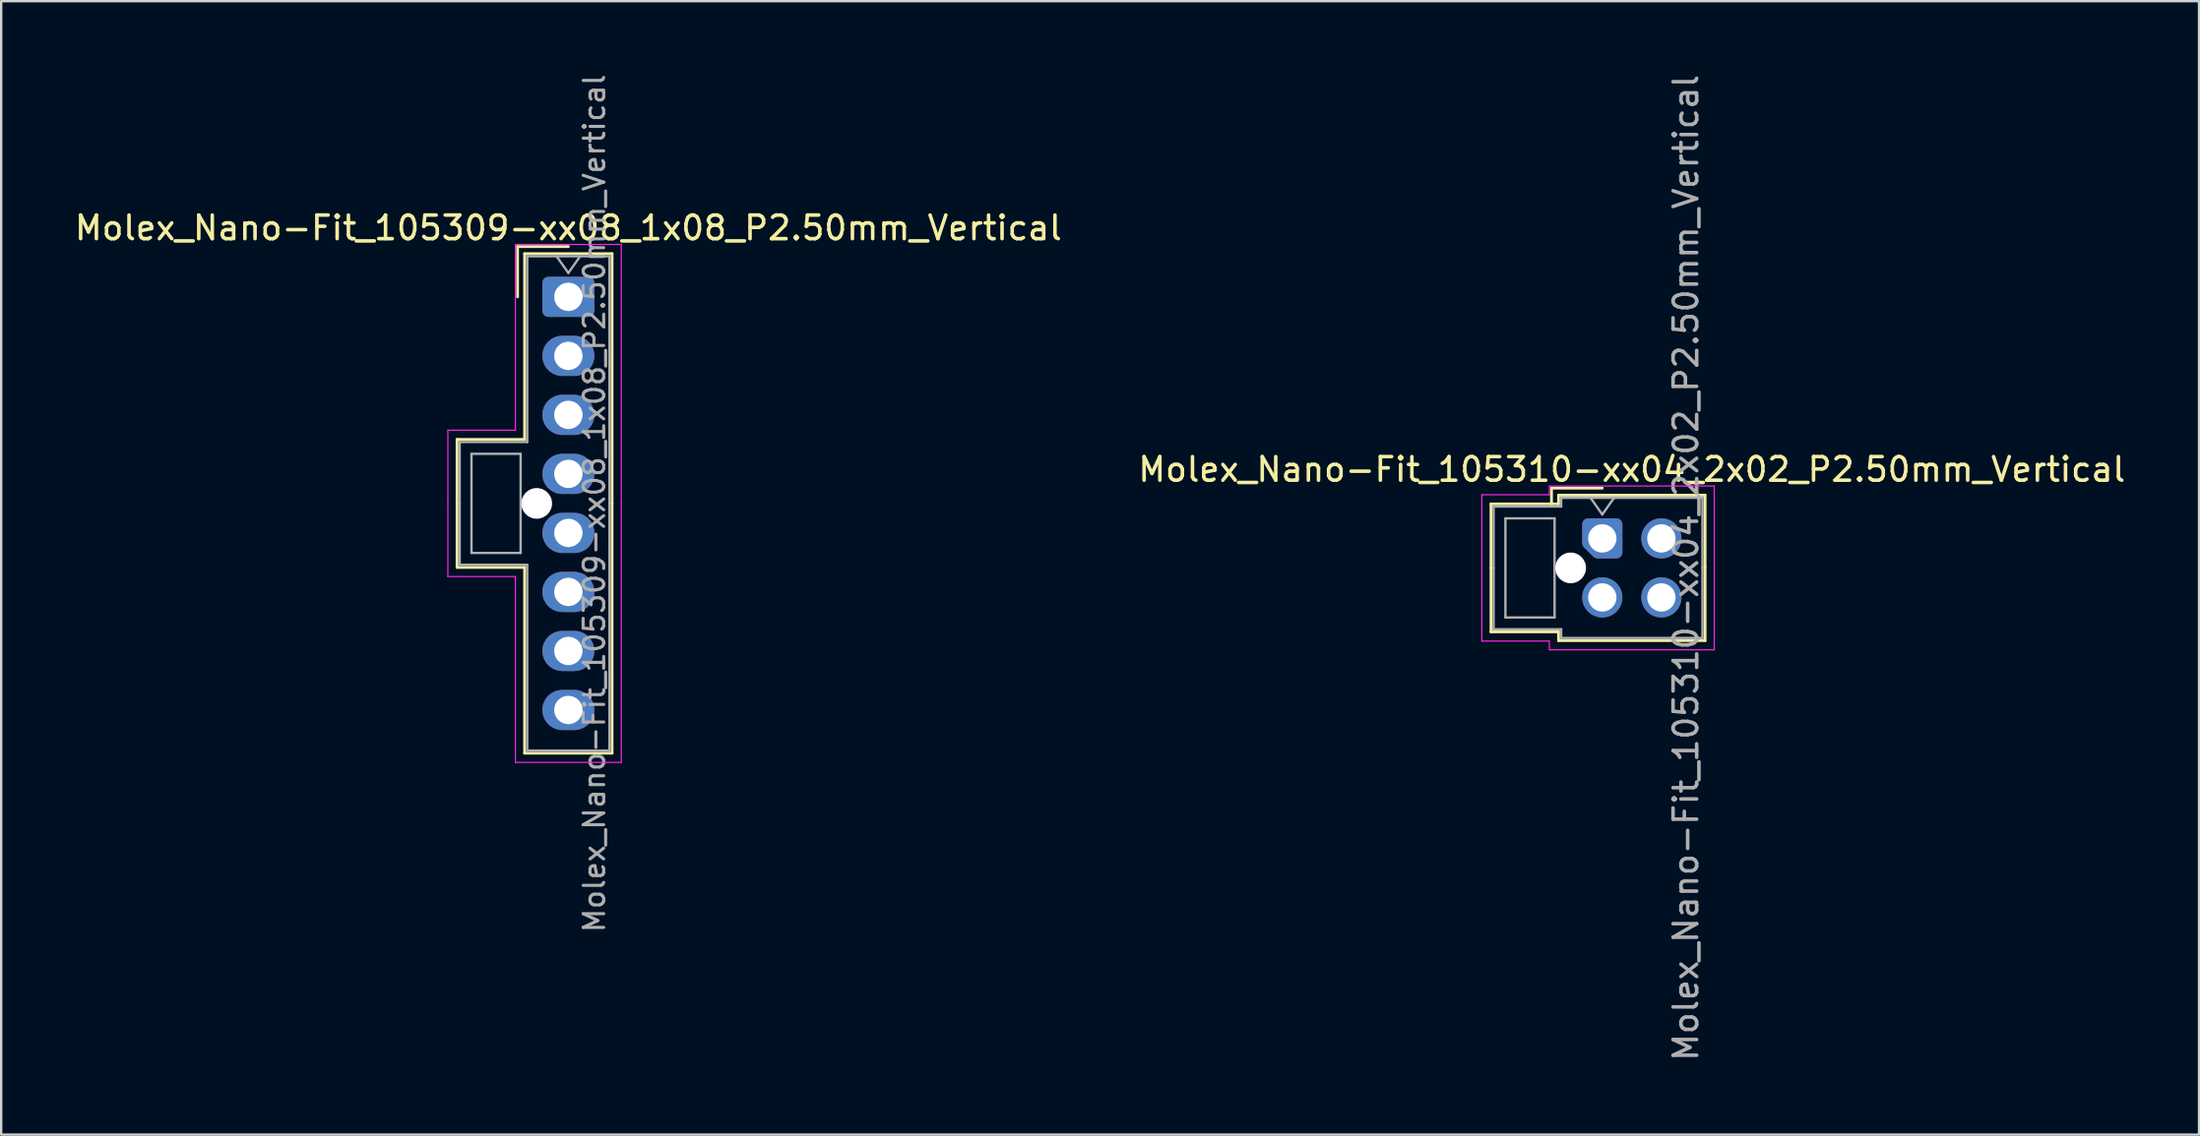
<source format=kicad_pcb>
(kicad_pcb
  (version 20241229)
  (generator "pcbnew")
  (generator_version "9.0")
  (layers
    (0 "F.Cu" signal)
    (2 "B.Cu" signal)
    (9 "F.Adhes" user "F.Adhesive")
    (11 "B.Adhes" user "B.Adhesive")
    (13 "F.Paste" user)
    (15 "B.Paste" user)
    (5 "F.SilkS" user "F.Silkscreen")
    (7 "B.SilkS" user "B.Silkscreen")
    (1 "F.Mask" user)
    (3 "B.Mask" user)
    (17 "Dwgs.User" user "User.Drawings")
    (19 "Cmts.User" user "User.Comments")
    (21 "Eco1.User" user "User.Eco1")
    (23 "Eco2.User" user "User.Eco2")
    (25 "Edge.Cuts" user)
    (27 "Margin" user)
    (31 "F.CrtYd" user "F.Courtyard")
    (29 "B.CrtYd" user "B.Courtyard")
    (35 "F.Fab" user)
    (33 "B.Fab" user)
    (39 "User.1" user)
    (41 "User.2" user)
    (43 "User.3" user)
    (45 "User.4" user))
  (footprint "Molex_Nano-Fit_105309-xx08_1x08_P2.50mm_Vertical"
    (layer "F.Cu")
    (at 21.006 9.524)
    (property "Reference" "Molex_Nano-Fit_105309-xx08_1x08_P2.50mm_Vertical" (at 0 -2.92 0) (layer "F.SilkS") (effects (font (size 1 1) (thickness 0.15))))
    (attr through_hole)
    (fp_line (start -4.71 6.04) (end -4.71 8.75) (stroke (width 0.12) (type solid)) (layer "F.SilkS"))
    (fp_line (start -4.71 11.46) (end -4.71 8.75) (stroke (width 0.12) (type solid)) (layer "F.SilkS"))
    (fp_line (start -2.15 -2.13) (end -2.15 0) (stroke (width 0.12) (type solid)) (layer "F.SilkS"))
    (fp_line (start -1.85 -1.83) (end -1.85 6.04) (stroke (width 0.12) (type solid)) (layer "F.SilkS"))
    (fp_line (start -1.85 6.04) (end -4.71 6.04) (stroke (width 0.12) (type solid)) (layer "F.SilkS"))
    (fp_line (start -1.85 11.46) (end -4.71 11.46) (stroke (width 0.12) (type solid)) (layer "F.SilkS"))
    (fp_line (start -1.85 19.33) (end -1.85 11.46) (stroke (width 0.12) (type solid)) (layer "F.SilkS"))
    (fp_line (start 0 -2.13) (end -2.15 -2.13) (stroke (width 0.12) (type solid)) (layer "F.SilkS"))
    (fp_line (start 1.85 -1.83) (end -1.85 -1.83) (stroke (width 0.12) (type solid)) (layer "F.SilkS"))
    (fp_line (start 1.85 8.75) (end 1.85 -1.83) (stroke (width 0.12) (type solid)) (layer "F.SilkS"))
    (fp_line (start 1.85 8.75) (end 1.85 19.33) (stroke (width 0.12) (type solid)) (layer "F.SilkS"))
    (fp_line (start 1.85 19.33) (end -1.85 19.33) (stroke (width 0.12) (type solid)) (layer "F.SilkS"))
    (fp_line (start -5.1 5.65) (end -5.1 8.75) (stroke (width 0.05) (type solid)) (layer "F.CrtYd"))
    (fp_line (start -5.1 11.85) (end -5.1 8.75) (stroke (width 0.05) (type solid)) (layer "F.CrtYd"))
    (fp_line (start -2.24 -2.22) (end -2.24 5.65) (stroke (width 0.05) (type solid)) (layer "F.CrtYd"))
    (fp_line (start -2.24 5.65) (end -5.1 5.65) (stroke (width 0.05) (type solid)) (layer "F.CrtYd"))
    (fp_line (start -2.24 11.85) (end -5.1 11.85) (stroke (width 0.05) (type solid)) (layer "F.CrtYd"))
    (fp_line (start -2.24 19.72) (end -2.24 11.85) (stroke (width 0.05) (type solid)) (layer "F.CrtYd"))
    (fp_line (start 2.24 -2.22) (end -2.24 -2.22) (stroke (width 0.05) (type solid)) (layer "F.CrtYd"))
    (fp_line (start 2.24 8.75) (end 2.24 -2.22) (stroke (width 0.05) (type solid)) (layer "F.CrtYd"))
    (fp_line (start 2.24 8.75) (end 2.24 19.72) (stroke (width 0.05) (type solid)) (layer "F.CrtYd"))
    (fp_line (start 2.24 19.72) (end -2.24 19.72) (stroke (width 0.05) (type solid)) (layer "F.CrtYd"))
    (fp_line (start -4.6 6.15) (end -4.6 8.75) (stroke (width 0.1) (type solid)) (layer "F.Fab"))
    (fp_line (start -4.6 11.35) (end -4.6 8.75) (stroke (width 0.1) (type solid)) (layer "F.Fab"))
    (fp_line (start -4.1 6.65) (end -4.1 10.85) (stroke (width 0.1) (type solid)) (layer "F.Fab"))
    (fp_line (start -4.1 10.85) (end -2.02 10.85) (stroke (width 0.1) (type solid)) (layer "F.Fab"))
    (fp_line (start -2.02 6.65) (end -4.1 6.65) (stroke (width 0.1) (type solid)) (layer "F.Fab"))
    (fp_line (start -2.02 10.85) (end -2.02 6.65) (stroke (width 0.1) (type solid)) (layer "F.Fab"))
    (fp_line (start -1.74 -1.72) (end -1.74 6.15) (stroke (width 0.1) (type solid)) (layer "F.Fab"))
    (fp_line (start -1.74 6.15) (end -4.6 6.15) (stroke (width 0.1) (type solid)) (layer "F.Fab"))
    (fp_line (start -1.74 11.35) (end -4.6 11.35) (stroke (width 0.1) (type solid)) (layer "F.Fab"))
    (fp_line (start -1.74 19.22) (end -1.74 11.35) (stroke (width 0.1) (type solid)) (layer "F.Fab"))
    (fp_line (start -0.5 -1.72) (end 0 -1.013) (stroke (width 0.1) (type solid)) (layer "F.Fab"))
    (fp_line (start 0 -1.013) (end 0.5 -1.72) (stroke (width 0.1) (type solid)) (layer "F.Fab"))
    (fp_line (start 1.74 -1.72) (end -1.74 -1.72) (stroke (width 0.1) (type solid)) (layer "F.Fab"))
    (fp_line (start 1.74 8.75) (end 1.74 -1.72) (stroke (width 0.1) (type solid)) (layer "F.Fab"))
    (fp_line (start 1.74 8.75) (end 1.74 19.22) (stroke (width 0.1) (type solid)) (layer "F.Fab"))
    (fp_line (start 1.74 19.22) (end -1.74 19.22) (stroke (width 0.1) (type solid)) (layer "F.Fab"))
    (fp_text user "${REFERENCE}" (at 1.1 8.75 90) (layer "F.Fab") (effects (font (size 0.87 0.87) (thickness 0.13))))
    (pad "" np_thru_hole circle (at -1.34 8.75) (size 1.3 1.3) (drill 1.3) (layers "*.Cu" "*.Mask"))
    (pad "1" thru_hole roundrect (at 0 0) (size 2.2 1.7) (drill 1.2) (layers "*.Cu" "*.Mask") (roundrect_rratio 0.147))
    (pad "2" thru_hole oval (at 0 2.5) (size 2.2 1.7) (drill 1.2) (layers "*.Cu" "*.Mask"))
    (pad "3" thru_hole oval (at 0 5) (size 2.2 1.7) (drill 1.2) (layers "*.Cu" "*.Mask"))
    (pad "4" thru_hole oval (at 0 7.5) (size 2.2 1.7) (drill 1.2) (layers "*.Cu" "*.Mask"))
    (pad "5" thru_hole oval (at 0 10) (size 2.2 1.7) (drill 1.2) (layers "*.Cu" "*.Mask"))
    (pad "6" thru_hole oval (at 0 12.5) (size 2.2 1.7) (drill 1.2) (layers "*.Cu" "*.Mask"))
    (pad "7" thru_hole oval (at 0 15) (size 2.2 1.7) (drill 1.2) (layers "*.Cu" "*.Mask"))
    (pad "8" thru_hole oval (at 0 17.5) (size 2.2 1.7) (drill 1.2) (layers "*.Cu" "*.Mask")))
  (footprint "Molex_Nano-Fit_105310-xx04_2x02_P2.50mm_Vertical"
    (layer "F.Cu")
    (at 64.768 19.756)
    (property "Reference" "Molex_Nano-Fit_105310-xx04_2x02_P2.50mm_Vertical" (at 1.25 -2.92 0) (layer "F.SilkS") (effects (font (size 1 1) (thickness 0.15))))
    (attr through_hole)
    (fp_line (start -4.71 -1.46) (end -4.71 1.25) (stroke (width 0.12) (type solid)) (layer "F.SilkS"))
    (fp_line (start -4.71 3.96) (end -4.71 1.25) (stroke (width 0.12) (type solid)) (layer "F.SilkS"))
    (fp_line (start -2.15 -2.13) (end -2.15 -1.46) (stroke (width 0.12) (type solid)) (layer "F.SilkS"))
    (fp_line (start -1.85 -1.83) (end -1.85 -1.46) (stroke (width 0.12) (type solid)) (layer "F.SilkS"))
    (fp_line (start -1.85 -1.46) (end -4.71 -1.46) (stroke (width 0.12) (type solid)) (layer "F.SilkS"))
    (fp_line (start -1.85 3.96) (end -4.71 3.96) (stroke (width 0.12) (type solid)) (layer "F.SilkS"))
    (fp_line (start -1.85 4.33) (end -1.85 3.96) (stroke (width 0.12) (type solid)) (layer "F.SilkS"))
    (fp_line (start 0 -2.13) (end -2.15 -2.13) (stroke (width 0.12) (type solid)) (layer "F.SilkS"))
    (fp_line (start 4.35 -1.83) (end -1.85 -1.83) (stroke (width 0.12) (type solid)) (layer "F.SilkS"))
    (fp_line (start 4.35 1.25) (end 4.35 -1.83) (stroke (width 0.12) (type solid)) (layer "F.SilkS"))
    (fp_line (start 4.35 1.25) (end 4.35 4.33) (stroke (width 0.12) (type solid)) (layer "F.SilkS"))
    (fp_line (start 4.35 4.33) (end -1.85 4.33) (stroke (width 0.12) (type solid)) (layer "F.SilkS"))
    (fp_line (start -5.1 -1.85) (end -5.1 1.25) (stroke (width 0.05) (type solid)) (layer "F.CrtYd"))
    (fp_line (start -5.1 4.35) (end -5.1 1.25) (stroke (width 0.05) (type solid)) (layer "F.CrtYd"))
    (fp_line (start -2.24 -2.22) (end -2.24 -1.85) (stroke (width 0.05) (type solid)) (layer "F.CrtYd"))
    (fp_line (start -2.24 -1.85) (end -5.1 -1.85) (stroke (width 0.05) (type solid)) (layer "F.CrtYd"))
    (fp_line (start -2.24 4.35) (end -5.1 4.35) (stroke (width 0.05) (type solid)) (layer "F.CrtYd"))
    (fp_line (start -2.24 4.72) (end -2.24 4.35) (stroke (width 0.05) (type solid)) (layer "F.CrtYd"))
    (fp_line (start 4.74 -2.22) (end -2.24 -2.22) (stroke (width 0.05) (type solid)) (layer "F.CrtYd"))
    (fp_line (start 4.74 1.25) (end 4.74 -2.22) (stroke (width 0.05) (type solid)) (layer "F.CrtYd"))
    (fp_line (start 4.74 1.25) (end 4.74 4.72) (stroke (width 0.05) (type solid)) (layer "F.CrtYd"))
    (fp_line (start 4.74 4.72) (end -2.24 4.72) (stroke (width 0.05) (type solid)) (layer "F.CrtYd"))
    (fp_line (start -4.6 -1.35) (end -4.6 1.25) (stroke (width 0.1) (type solid)) (layer "F.Fab"))
    (fp_line (start -4.6 3.85) (end -4.6 1.25) (stroke (width 0.1) (type solid)) (layer "F.Fab"))
    (fp_line (start -4.1 -0.85) (end -4.1 3.35) (stroke (width 0.1) (type solid)) (layer "F.Fab"))
    (fp_line (start -4.1 3.35) (end -2.02 3.35) (stroke (width 0.1) (type solid)) (layer "F.Fab"))
    (fp_line (start -2.02 -0.85) (end -4.1 -0.85) (stroke (width 0.1) (type solid)) (layer "F.Fab"))
    (fp_line (start -2.02 3.35) (end -2.02 -0.85) (stroke (width 0.1) (type solid)) (layer "F.Fab"))
    (fp_line (start -1.74 -1.72) (end -1.74 -1.35) (stroke (width 0.1) (type solid)) (layer "F.Fab"))
    (fp_line (start -1.74 -1.35) (end -4.6 -1.35) (stroke (width 0.1) (type solid)) (layer "F.Fab"))
    (fp_line (start -1.74 3.85) (end -4.6 3.85) (stroke (width 0.1) (type solid)) (layer "F.Fab"))
    (fp_line (start -1.74 4.22) (end -1.74 3.85) (stroke (width 0.1) (type solid)) (layer "F.Fab"))
    (fp_line (start -0.5 -1.72) (end 0 -1.013) (stroke (width 0.1) (type solid)) (layer "F.Fab"))
    (fp_line (start 0 -1.013) (end 0.5 -1.72) (stroke (width 0.1) (type solid)) (layer "F.Fab"))
    (fp_line (start 4.24 -1.72) (end -1.74 -1.72) (stroke (width 0.1) (type solid)) (layer "F.Fab"))
    (fp_line (start 4.24 1.25) (end 4.24 -1.72) (stroke (width 0.1) (type solid)) (layer "F.Fab"))
    (fp_line (start 4.24 1.25) (end 4.24 4.22) (stroke (width 0.1) (type solid)) (layer "F.Fab"))
    (fp_line (start 4.24 4.22) (end -1.74 4.22) (stroke (width 0.1) (type solid)) (layer "F.Fab"))
    (fp_text user "${REFERENCE}" (at 3.54 1.25 90) (layer "F.Fab") (effects (font (size 1 1) (thickness 0.15))))
    (pad "" np_thru_hole circle (at -1.34 1.25) (size 1.3 1.3) (drill 1.3) (layers "*.Cu" "*.Mask"))
    (pad "1" thru_hole custom (at 0 0) (size 1.417 1.417) (drill 1.2) (layers "*.Cu" "*.Mask") (options (anchor circle)) (primitives (gr_poly (pts (xy -0.6 -0.6) (xy 0.6 -0.6) (xy 0.6 0.6) (xy -0.2 0.6) (xy -0.6 0.2)) (width 0.5) (fill yes))))
    (pad "2" thru_hole circle (at 0 2.5) (size 1.7 1.7) (drill 1.2) (layers "*.Cu" "*.Mask"))
    (pad "3" thru_hole circle (at 2.5 0) (size 1.7 1.7) (drill 1.2) (layers "*.Cu" "*.Mask"))
    (pad "4" thru_hole circle (at 2.5 2.5) (size 1.7 1.7) (drill 1.2) (layers "*.Cu" "*.Mask")))
  (gr_rect
    (start -3 -3)
    (end 90.024 45.012)
    (stroke (width 0.1) (type default))
    (fill no)
    (layer "Edge.Cuts")))
</source>
